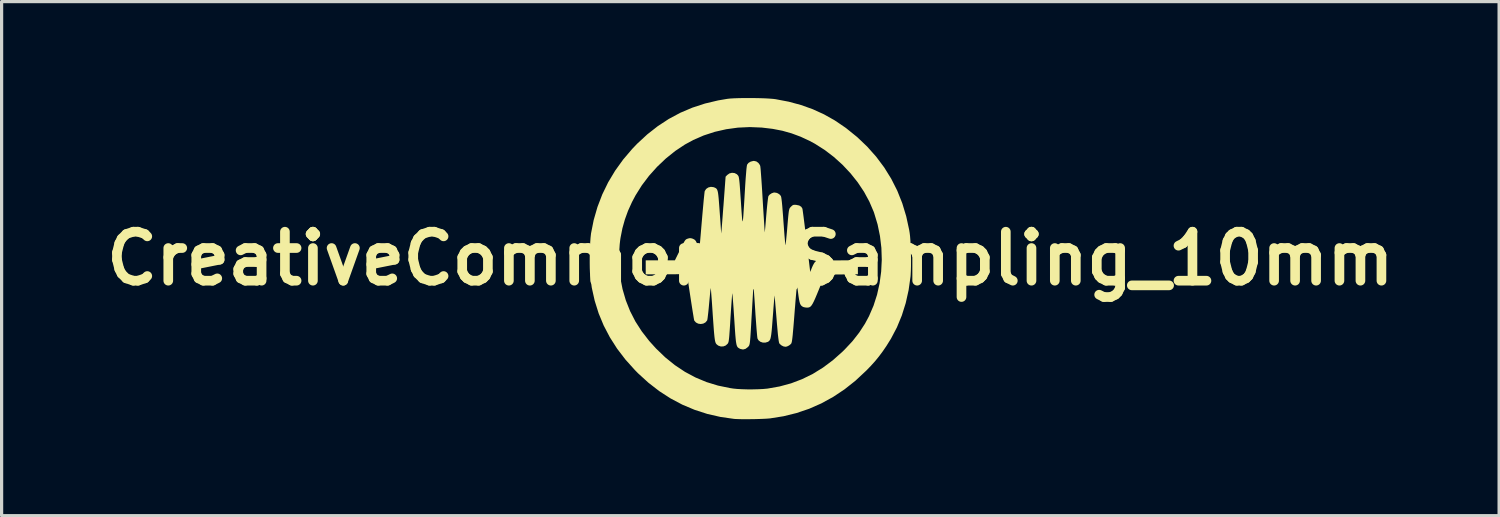
<source format=kicad_pcb>
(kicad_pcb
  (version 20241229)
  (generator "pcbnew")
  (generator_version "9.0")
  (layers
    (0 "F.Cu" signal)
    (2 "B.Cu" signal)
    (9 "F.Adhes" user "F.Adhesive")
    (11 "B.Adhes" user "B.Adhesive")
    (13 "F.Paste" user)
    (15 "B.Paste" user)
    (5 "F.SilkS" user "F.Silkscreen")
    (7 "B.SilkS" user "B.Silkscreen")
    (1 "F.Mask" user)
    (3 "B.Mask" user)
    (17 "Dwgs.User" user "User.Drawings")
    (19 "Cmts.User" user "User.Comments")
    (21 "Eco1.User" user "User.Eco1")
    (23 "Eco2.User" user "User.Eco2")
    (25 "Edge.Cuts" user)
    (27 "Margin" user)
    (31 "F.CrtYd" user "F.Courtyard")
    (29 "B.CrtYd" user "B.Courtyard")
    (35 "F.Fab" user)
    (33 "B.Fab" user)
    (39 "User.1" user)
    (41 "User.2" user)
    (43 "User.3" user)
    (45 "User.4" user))
  (footprint "CreativeCommons_Sampling_10mm"
    (layer "F.Cu")
    (at 20.291 4.992)
    (property "Reference" "CreativeCommons_Sampling_10mm" (at 0 0 0) (layer "F.SilkS") (effects (font (size 1.524 1.524) (thickness 0.3))))
    (attr board_only exclude_from_pos_files exclude_from_bom)
    (fp_poly (pts (xy 0.131 -4.991) (xy 0.298 -4.988) (xy 0.454 -4.983) (xy 0.593 -4.975) (xy 0.708 -4.966) (xy 0.782 -4.957) (xy 1.192 -4.879) (xy 1.578 -4.775) (xy 1.943 -4.644) (xy 2.291 -4.485) (xy 2.625 -4.297) (xy 2.948 -4.078) (xy 2.98 -4.055) (xy 3.323 -3.778) (xy 3.634 -3.482) (xy 3.915 -3.166) (xy 4.164 -2.833) (xy 4.383 -2.48) (xy 4.57 -2.11) (xy 4.725 -1.721) (xy 4.848 -1.315) (xy 4.94 -0.892) (xy 4.955 -0.8) (xy 4.967 -0.702) (xy 4.977 -0.575) (xy 4.986 -0.427) (xy 4.992 -0.264) (xy 4.996 -0.094) (xy 4.998 0.074) (xy 4.997 0.235) (xy 4.993 0.381) (xy 4.987 0.503) (xy 4.983 0.557) (xy 4.923 0.981) (xy 4.833 1.385) (xy 4.711 1.772) (xy 4.559 2.141) (xy 4.374 2.493) (xy 4.228 2.727) (xy 4.109 2.9) (xy 3.995 3.052) (xy 3.879 3.194) (xy 3.751 3.336) (xy 3.603 3.489) (xy 3.591 3.5) (xy 3.266 3.803) (xy 2.927 4.071) (xy 2.575 4.305) (xy 2.209 4.506) (xy 1.83 4.673) (xy 1.437 4.806) (xy 1.031 4.906) (xy 0.61 4.973) (xy 0.609 4.973) (xy 0.524 4.98) (xy 0.412 4.986) (xy 0.281 4.991) (xy 0.138 4.995) (xy -0.01 4.997) (xy -0.153 4.998) (xy -0.286 4.997) (xy -0.4 4.994) (xy -0.488 4.99) (xy -0.509 4.988) (xy -0.933 4.927) (xy -1.343 4.833) (xy -1.737 4.705) (xy -2.117 4.545) (xy -2.483 4.351) (xy -2.834 4.124) (xy -3.171 3.863) (xy -3.494 3.569) (xy -3.594 3.467) (xy -3.887 3.141) (xy -4.146 2.802) (xy -4.371 2.449) (xy -4.562 2.084) (xy -4.719 1.706) (xy -4.842 1.314) (xy -4.932 0.91) (xy -4.983 0.54) (xy -4.99 0.432) (xy -4.995 0.297) (xy -4.997 0.142) (xy -4.997 0.086) (xy -4.081 0.086) (xy -4.076 0.267) (xy -4.065 0.432) (xy -4.05 0.573) (xy -4.048 0.582) (xy -3.976 0.951) (xy -3.874 1.301) (xy -3.741 1.636) (xy -3.577 1.956) (xy -3.379 2.264) (xy -3.148 2.562) (xy -2.936 2.797) (xy -2.648 3.074) (xy -2.348 3.316) (xy -2.034 3.525) (xy -1.706 3.7) (xy -1.364 3.843) (xy -1.008 3.952) (xy -0.635 4.029) (xy -0.531 4.045) (xy -0.41 4.057) (xy -0.263 4.065) (xy -0.099 4.07) (xy 0.071 4.07) (xy 0.237 4.066) (xy 0.391 4.059) (xy 0.52 4.047) (xy 0.539 4.045) (xy 0.911 3.979) (xy 1.268 3.882) (xy 1.61 3.752) (xy 1.94 3.59) (xy 2.259 3.393) (xy 2.567 3.163) (xy 2.865 2.898) (xy 2.937 2.827) (xy 3.178 2.569) (xy 3.386 2.303) (xy 3.566 2.026) (xy 3.691 1.793) (xy 3.831 1.468) (xy 3.941 1.126) (xy 4.02 0.771) (xy 4.069 0.408) (xy 4.088 0.039) (xy 4.076 -0.331) (xy 4.032 -0.699) (xy 3.958 -1.06) (xy 3.852 -1.411) (xy 3.836 -1.457) (xy 3.702 -1.77) (xy 3.536 -2.076) (xy 3.339 -2.371) (xy 3.115 -2.652) (xy 2.867 -2.916) (xy 2.598 -3.159) (xy 2.311 -3.378) (xy 2.009 -3.57) (xy 1.85 -3.656) (xy 1.567 -3.788) (xy 1.285 -3.893) (xy 0.996 -3.975) (xy 0.691 -4.034) (xy 0.363 -4.073) (xy 0.355 -4.074) (xy -0.017 -4.089) (xy -0.387 -4.072) (xy -0.751 -4.022) (xy -1.107 -3.941) (xy -1.45 -3.829) (xy -1.777 -3.687) (xy -2.036 -3.546) (xy -2.34 -3.344) (xy -2.629 -3.111) (xy -2.901 -2.853) (xy -3.151 -2.574) (xy -3.376 -2.277) (xy -3.571 -1.966) (xy -3.682 -1.757) (xy -3.806 -1.483) (xy -3.903 -1.215) (xy -3.98 -0.941) (xy -4.038 -0.647) (xy -4.048 -0.582) (xy -4.064 -0.443) (xy -4.075 -0.279) (xy -4.081 -0.099) (xy -4.081 0.086) (xy -4.997 0.086) (xy -4.997 -0.023) (xy -4.994 -0.193) (xy -4.988 -0.358) (xy -4.981 -0.513) (xy -4.971 -0.648) (xy -4.959 -0.757) (xy -4.956 -0.782) (xy -4.873 -1.199) (xy -4.756 -1.604) (xy -4.606 -1.995) (xy -4.423 -2.371) (xy -4.206 -2.733) (xy -3.957 -3.079) (xy -3.675 -3.41) (xy -3.519 -3.573) (xy -3.205 -3.863) (xy -2.878 -4.119) (xy -2.537 -4.342) (xy -2.179 -4.534) (xy -1.805 -4.693) (xy -1.413 -4.821) (xy -1.001 -4.919) (xy -0.718 -4.967) (xy -0.628 -4.977) (xy -0.509 -4.984) (xy -0.367 -4.989) (xy -0.208 -4.992) (xy -0.04 -4.992)) (stroke (width 0) (type solid)) (fill yes) (layer "F.SilkS"))
    (fp_poly (pts (xy 0.187 -3.02) (xy 0.25 -2.974) (xy 0.296 -2.909) (xy 0.308 -2.876) (xy 0.312 -2.846) (xy 0.319 -2.782) (xy 0.326 -2.69) (xy 0.335 -2.572) (xy 0.345 -2.432) (xy 0.356 -2.273) (xy 0.367 -2.1) (xy 0.378 -1.915) (xy 0.385 -1.8) (xy 0.396 -1.613) (xy 0.407 -1.439) (xy 0.417 -1.28) (xy 0.426 -1.139) (xy 0.434 -1.02) (xy 0.44 -0.925) (xy 0.445 -0.859) (xy 0.448 -0.823) (xy 0.45 -0.818) (xy 0.452 -0.843) (xy 0.457 -0.899) (xy 0.465 -0.981) (xy 0.474 -1.086) (xy 0.484 -1.207) (xy 0.495 -1.341) (xy 0.498 -1.375) (xy 0.51 -1.512) (xy 0.522 -1.638) (xy 0.534 -1.749) (xy 0.545 -1.84) (xy 0.554 -1.905) (xy 0.562 -1.941) (xy 0.563 -1.944) (xy 0.604 -1.991) (xy 0.665 -2.031) (xy 0.731 -2.053) (xy 0.752 -2.054) (xy 0.829 -2.04) (xy 0.897 -2.003) (xy 0.946 -1.95) (xy 0.951 -1.94) (xy 0.96 -1.908) (xy 0.969 -1.848) (xy 0.98 -1.759) (xy 0.992 -1.638) (xy 1.004 -1.485) (xy 1.019 -1.298) (xy 1.029 -1.15) (xy 1.041 -0.991) (xy 1.052 -0.844) (xy 1.062 -0.713) (xy 1.072 -0.601) (xy 1.08 -0.512) (xy 1.086 -0.451) (xy 1.09 -0.421) (xy 1.091 -0.418) (xy 1.096 -0.436) (xy 1.102 -0.484) (xy 1.111 -0.56) (xy 1.121 -0.658) (xy 1.132 -0.773) (xy 1.143 -0.895) (xy 1.157 -1.066) (xy 1.169 -1.204) (xy 1.179 -1.313) (xy 1.188 -1.398) (xy 1.196 -1.462) (xy 1.205 -1.509) (xy 1.214 -1.542) (xy 1.224 -1.566) (xy 1.237 -1.584) (xy 1.252 -1.601) (xy 1.267 -1.616) (xy 1.305 -1.651) (xy 1.338 -1.668) (xy 1.381 -1.672) (xy 1.427 -1.669) (xy 1.52 -1.65) (xy 1.584 -1.609) (xy 1.618 -1.555) (xy 1.623 -1.53) (xy 1.631 -1.473) (xy 1.643 -1.386) (xy 1.658 -1.274) (xy 1.675 -1.14) (xy 1.694 -0.987) (xy 1.715 -0.818) (xy 1.736 -0.638) (xy 1.747 -0.55) (xy 1.862 0.418) (xy 1.914 0.286) (xy 1.945 0.216) (xy 1.979 0.153) (xy 2.008 0.111) (xy 2.011 0.109) (xy 2.055 0.064) (xy 2.7 0.058) (xy 3.345 0.053) (xy 3.345 0.49) (xy 2.833 0.495) (xy 2.321 0.5) (xy 2.132 0.964) (xy 2.069 1.117) (xy 2.017 1.24) (xy 1.973 1.336) (xy 1.936 1.408) (xy 1.903 1.459) (xy 1.872 1.494) (xy 1.84 1.514) (xy 1.806 1.524) (xy 1.767 1.527) (xy 1.759 1.527) (xy 1.699 1.521) (xy 1.647 1.508) (xy 1.638 1.504) (xy 1.601 1.481) (xy 1.571 1.451) (xy 1.548 1.408) (xy 1.53 1.348) (xy 1.513 1.264) (xy 1.496 1.151) (xy 1.491 1.111) (xy 1.478 1.014) (xy 1.467 0.932) (xy 1.458 0.869) (xy 1.451 0.832) (xy 1.45 0.825) (xy 1.447 0.842) (xy 1.442 0.89) (xy 1.435 0.968) (xy 1.426 1.071) (xy 1.415 1.195) (xy 1.403 1.336) (xy 1.391 1.491) (xy 1.384 1.569) (xy 1.367 1.79) (xy 1.352 1.978) (xy 1.339 2.136) (xy 1.327 2.266) (xy 1.318 2.371) (xy 1.309 2.454) (xy 1.301 2.518) (xy 1.294 2.566) (xy 1.287 2.601) (xy 1.279 2.626) (xy 1.272 2.643) (xy 1.263 2.655) (xy 1.26 2.659) (xy 1.205 2.704) (xy 1.14 2.736) (xy 1.09 2.745) (xy 1.025 2.732) (xy 0.96 2.697) (xy 0.91 2.651) (xy 0.898 2.633) (xy 0.89 2.604) (xy 0.88 2.549) (xy 0.869 2.465) (xy 0.856 2.351) (xy 0.843 2.206) (xy 0.827 2.028) (xy 0.814 1.864) (xy 0.801 1.707) (xy 0.789 1.562) (xy 0.778 1.433) (xy 0.769 1.324) (xy 0.761 1.238) (xy 0.755 1.18) (xy 0.752 1.153) (xy 0.752 1.151) (xy 0.749 1.17) (xy 0.745 1.221) (xy 0.738 1.299) (xy 0.73 1.402) (xy 0.72 1.524) (xy 0.71 1.663) (xy 0.699 1.801) (xy 0.685 1.985) (xy 0.673 2.136) (xy 0.662 2.258) (xy 0.651 2.354) (xy 0.639 2.428) (xy 0.627 2.484) (xy 0.612 2.524) (xy 0.595 2.552) (xy 0.575 2.572) (xy 0.552 2.588) (xy 0.544 2.592) (xy 0.466 2.616) (xy 0.385 2.614) (xy 0.311 2.589) (xy 0.253 2.543) (xy 0.222 2.488) (xy 0.217 2.457) (xy 0.21 2.395) (xy 0.202 2.304) (xy 0.192 2.188) (xy 0.182 2.053) (xy 0.171 1.901) (xy 0.159 1.737) (xy 0.152 1.618) (xy 0.141 1.452) (xy 0.131 1.3) (xy 0.121 1.163) (xy 0.113 1.047) (xy 0.106 0.953) (xy 0.101 0.887) (xy 0.097 0.851) (xy 0.096 0.845) (xy 0.094 0.871) (xy 0.091 0.928) (xy 0.085 1.015) (xy 0.079 1.126) (xy 0.071 1.258) (xy 0.062 1.407) (xy 0.053 1.569) (xy 0.046 1.691) (xy 0.033 1.906) (xy 0.023 2.087) (xy 0.014 2.238) (xy 0.006 2.362) (xy -0.001 2.462) (xy -0.008 2.541) (xy -0.014 2.601) (xy -0.021 2.646) (xy -0.029 2.679) (xy -0.037 2.703) (xy -0.047 2.72) (xy -0.059 2.735) (xy -0.073 2.749) (xy -0.079 2.756) (xy -0.151 2.81) (xy -0.228 2.83) (xy -0.309 2.813) (xy -0.327 2.805) (xy -0.354 2.79) (xy -0.377 2.775) (xy -0.397 2.756) (xy -0.413 2.729) (xy -0.427 2.692) (xy -0.438 2.641) (xy -0.449 2.574) (xy -0.458 2.486) (xy -0.468 2.375) (xy -0.478 2.237) (xy -0.489 2.07) (xy -0.502 1.869) (xy -0.502 1.869) (xy -0.513 1.703) (xy -0.523 1.55) (xy -0.533 1.412) (xy -0.542 1.294) (xy -0.55 1.198) (xy -0.556 1.129) (xy -0.56 1.09) (xy -0.562 1.083) (xy -0.565 1.102) (xy -0.57 1.154) (xy -0.576 1.235) (xy -0.584 1.34) (xy -0.593 1.466) (xy -0.603 1.61) (xy -0.613 1.766) (xy -0.618 1.842) (xy -0.629 2.027) (xy -0.639 2.18) (xy -0.648 2.303) (xy -0.655 2.401) (xy -0.662 2.476) (xy -0.669 2.533) (xy -0.675 2.574) (xy -0.683 2.604) (xy -0.691 2.625) (xy -0.7 2.642) (xy -0.705 2.649) (xy -0.766 2.705) (xy -0.841 2.734) (xy -0.922 2.735) (xy -1 2.708) (xy -1.051 2.667) (xy -1.065 2.65) (xy -1.077 2.629) (xy -1.088 2.6) (xy -1.098 2.561) (xy -1.107 2.508) (xy -1.116 2.439) (xy -1.125 2.35) (xy -1.135 2.238) (xy -1.145 2.099) (xy -1.157 1.932) (xy -1.171 1.732) (xy -1.175 1.669) (xy -1.186 1.507) (xy -1.196 1.358) (xy -1.206 1.224) (xy -1.215 1.11) (xy -1.222 1.019) (xy -1.228 0.955) (xy -1.232 0.922) (xy -1.233 0.918) (xy -1.236 0.937) (xy -1.242 0.988) (xy -1.251 1.065) (xy -1.26 1.165) (xy -1.271 1.281) (xy -1.283 1.407) (xy -1.295 1.538) (xy -1.307 1.657) (xy -1.319 1.761) (xy -1.329 1.844) (xy -1.338 1.901) (xy -1.344 1.925) (xy -1.396 1.987) (xy -1.465 2.024) (xy -1.543 2.037) (xy -1.622 2.026) (xy -1.692 1.99) (xy -1.744 1.931) (xy -1.745 1.927) (xy -1.751 1.905) (xy -1.761 1.851) (xy -1.774 1.77) (xy -1.791 1.668) (xy -1.81 1.547) (xy -1.831 1.414) (xy -1.853 1.272) (xy -1.875 1.126) (xy -1.897 0.981) (xy -1.918 0.841) (xy -1.937 0.711) (xy -1.953 0.596) (xy -1.967 0.5) (xy -1.976 0.428) (xy -1.981 0.384) (xy -1.982 0.374) (xy -1.99 0.374) (xy -2.011 0.398) (xy -2.013 0.4) (xy -2.03 0.425) (xy -2.047 0.444) (xy -2.067 0.459) (xy -2.096 0.471) (xy -2.136 0.479) (xy -2.193 0.484) (xy -2.269 0.488) (xy -2.369 0.489) (xy -2.497 0.49) (xy -2.657 0.49) (xy -2.677 0.49) (xy -3.255 0.491) (xy -3.255 0.055) (xy -2.347 0.055) (xy -2.187 -0.268) (xy -2.132 -0.378) (xy -2.091 -0.461) (xy -2.059 -0.519) (xy -2.034 -0.559) (xy -2.012 -0.585) (xy -1.991 -0.601) (xy -1.967 -0.611) (xy -1.95 -0.618) (xy -1.895 -0.633) (xy -1.851 -0.633) (xy -1.797 -0.618) (xy -1.796 -0.618) (xy -1.741 -0.591) (xy -1.7 -0.551) (xy -1.669 -0.491) (xy -1.645 -0.405) (xy -1.631 -0.327) (xy -1.624 -0.284) (xy -1.618 -0.25) (xy -1.612 -0.228) (xy -1.606 -0.22) (xy -1.601 -0.227) (xy -1.595 -0.253) (xy -1.588 -0.299) (xy -1.58 -0.367) (xy -1.57 -0.46) (xy -1.559 -0.58) (xy -1.546 -0.73) (xy -1.531 -0.91) (xy -1.513 -1.124) (xy -1.508 -1.179) (xy -1.493 -1.356) (xy -1.478 -1.522) (xy -1.464 -1.674) (xy -1.452 -1.809) (xy -1.44 -1.922) (xy -1.431 -2.01) (xy -1.424 -2.07) (xy -1.419 -2.097) (xy -1.419 -2.098) (xy -1.375 -2.165) (xy -1.309 -2.21) (xy -1.229 -2.23) (xy -1.145 -2.22) (xy -1.123 -2.212) (xy -1.093 -2.199) (xy -1.069 -2.185) (xy -1.048 -2.165) (xy -1.032 -2.138) (xy -1.018 -2.098) (xy -1.006 -2.042) (xy -0.996 -1.967) (xy -0.986 -1.869) (xy -0.976 -1.745) (xy -0.964 -1.59) (xy -0.955 -1.463) (xy -0.944 -1.313) (xy -0.934 -1.172) (xy -0.925 -1.047) (xy -0.918 -0.94) (xy -0.912 -0.858) (xy -0.908 -0.803) (xy -0.907 -0.782) (xy -0.905 -0.79) (xy -0.901 -0.832) (xy -0.895 -0.903) (xy -0.887 -1.001) (xy -0.877 -1.123) (xy -0.866 -1.265) (xy -0.854 -1.423) (xy -0.841 -1.596) (xy -0.837 -1.641) (xy -0.77 -2.546) (xy -0.718 -2.6) (xy -0.65 -2.648) (xy -0.572 -2.667) (xy -0.492 -2.659) (xy -0.421 -2.623) (xy -0.382 -2.582) (xy -0.373 -2.566) (xy -0.364 -2.546) (xy -0.357 -2.516) (xy -0.35 -2.474) (xy -0.343 -2.417) (xy -0.335 -2.341) (xy -0.327 -2.242) (xy -0.318 -2.117) (xy -0.308 -1.963) (xy -0.295 -1.779) (xy -0.284 -1.605) (xy -0.274 -1.459) (xy -0.265 -1.34) (xy -0.258 -1.25) (xy -0.251 -1.19) (xy -0.245 -1.159) (xy -0.239 -1.159) (xy -0.232 -1.19) (xy -0.225 -1.253) (xy -0.217 -1.349) (xy -0.209 -1.479) (xy -0.198 -1.643) (xy -0.186 -1.841) (xy -0.173 -2.064) (xy -0.159 -2.295) (xy -0.146 -2.489) (xy -0.133 -2.648) (xy -0.123 -2.771) (xy -0.113 -2.857) (xy -0.104 -2.909) (xy -0.101 -2.92) (xy -0.059 -2.974) (xy 0.008 -3.014) (xy 0.088 -3.035) (xy 0.115 -3.036)) (stroke (width 0) (type solid)) (fill yes) (layer "F.SilkS")))
  (gr_rect
    (start -3 -3)
    (end 43.582 12.99)
    (stroke (width 0.1) (type default))
    (fill no)
    (layer "Edge.Cuts")))
</source>
